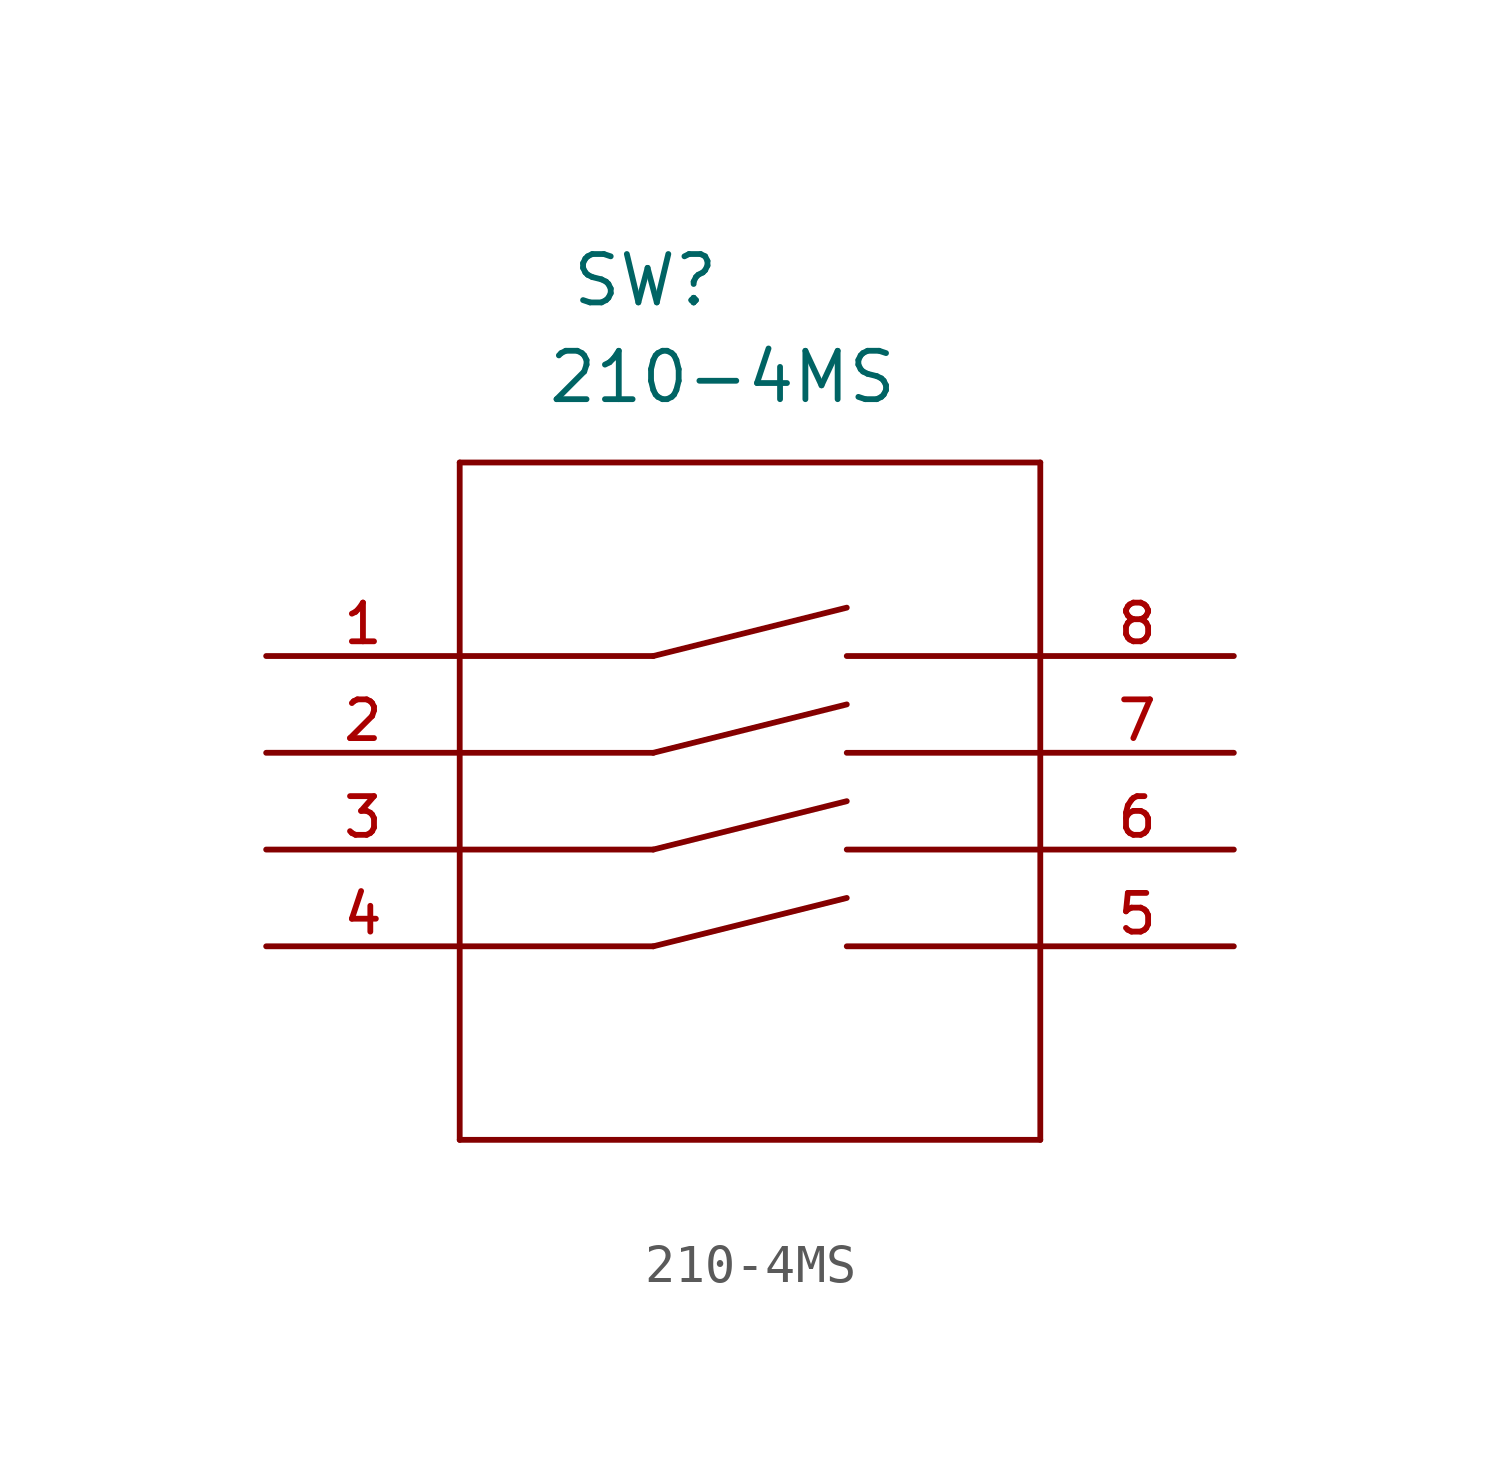
<source format=kicad_sym>
(kicad_symbol_lib
  (version 20211014)
  (generator kicad_symbol_editor)
  (symbol "210-4MS"
    (pin_names
      (offset 1.016))
    (property "Reference" "SW"
      (at 10.516 9.119 0.0)
      (effects (font (size 1.27 1.27)) (justify bottom left)))
    (property "Value" "210-4MS"
      (at 9.881 6.579 0.0)
      (effects (font (size 1.27 1.27)) (justify bottom left)))
    (symbol "210-4MS_0_0"
      (polyline (pts (xy 7.62 5.08) (xy 7.62 0.0)) (stroke (width 0.152)))
      (polyline (pts (xy 7.62 0.0) (xy 7.62 -2.54)) (stroke (width 0.152)))
      (polyline (pts (xy 7.62 -2.54) (xy 7.62 -5.08)) (stroke (width 0.152)))
      (polyline (pts (xy 7.62 -5.08) (xy 7.62 -7.62)) (stroke (width 0.152)))
      (polyline (pts (xy 7.62 -7.62) (xy 7.62 -12.7)) (stroke (width 0.152)))
      (polyline (pts (xy 7.62 -12.7) (xy 22.86 -12.7)) (stroke (width 0.152)))
      (polyline (pts (xy 22.86 -12.7) (xy 22.86 -7.62)) (stroke (width 0.152)))
      (polyline (pts (xy 22.86 -7.62) (xy 22.86 -5.08)) (stroke (width 0.152)))
      (polyline (pts (xy 22.86 -5.08) (xy 22.86 -2.54)) (stroke (width 0.152)))
      (polyline (pts (xy 22.86 -2.54) (xy 22.86 0.0)) (stroke (width 0.152)))
      (polyline (pts (xy 22.86 0.0) (xy 22.86 5.08)) (stroke (width 0.152)))
      (polyline (pts (xy 22.86 5.08) (xy 7.62 5.08)) (stroke (width 0.152)))
      (polyline (pts (xy 7.62 0.0) (xy 12.7 0.0)) (stroke (width 0.152)))
      (polyline (pts (xy 22.86 0.0) (xy 17.78 0.0)) (stroke (width 0.152)))
      (polyline (pts (xy 12.7 0.0) (xy 17.78 1.27)) (stroke (width 0.152)))
      (polyline (pts (xy 7.62 -2.54) (xy 12.7 -2.54)) (stroke (width 0.152)))
      (polyline (pts (xy 22.86 -2.54) (xy 17.78 -2.54)) (stroke (width 0.152)))
      (polyline (pts (xy 12.7 -2.54) (xy 17.78 -1.27)) (stroke (width 0.152)))
      (polyline (pts (xy 7.62 -5.08) (xy 12.7 -5.08)) (stroke (width 0.152)))
      (polyline (pts (xy 22.86 -5.08) (xy 17.78 -5.08)) (stroke (width 0.152)))
      (polyline (pts (xy 12.7 -5.08) (xy 17.78 -3.81)) (stroke (width 0.152)))
      (polyline (pts (xy 7.62 -7.62) (xy 12.7 -7.62)) (stroke (width 0.152)))
      (polyline (pts (xy 22.86 -7.62) (xy 17.78 -7.62)) (stroke (width 0.152)))
      (polyline (pts (xy 12.7 -7.62) (xy 17.78 -6.35)) (stroke (width 0.152)))
      (pin passive line (at 2.54 0.0 0) (length 5.08) (name "~" (effects (font (size 1.016 1.016)))) (number "1" (effects (font (size 1.016 1.016)))))
      (pin passive line (at 2.54 -2.54 0) (length 5.08) (name "~" (effects (font (size 1.016 1.016)))) (number "2" (effects (font (size 1.016 1.016)))))
      (pin passive line (at 2.54 -5.08 0) (length 5.08) (name "~" (effects (font (size 1.016 1.016)))) (number "3" (effects (font (size 1.016 1.016)))))
      (pin passive line (at 2.54 -7.62 0) (length 5.08) (name "~" (effects (font (size 1.016 1.016)))) (number "4" (effects (font (size 1.016 1.016)))))
      (pin passive line (at 27.94 -7.62 180.0) (length 5.08) (name "~" (effects (font (size 1.016 1.016)))) (number "5" (effects (font (size 1.016 1.016)))))
      (pin passive line (at 27.94 -5.08 180.0) (length 5.08) (name "~" (effects (font (size 1.016 1.016)))) (number "6" (effects (font (size 1.016 1.016)))))
      (pin passive line (at 27.94 -2.54 180.0) (length 5.08) (name "~" (effects (font (size 1.016 1.016)))) (number "7" (effects (font (size 1.016 1.016)))))
      (pin passive line (at 27.94 0.0 180.0) (length 5.08) (name "~" (effects (font (size 1.016 1.016)))) (number "8" (effects (font (size 1.016 1.016))))))))
</source>
